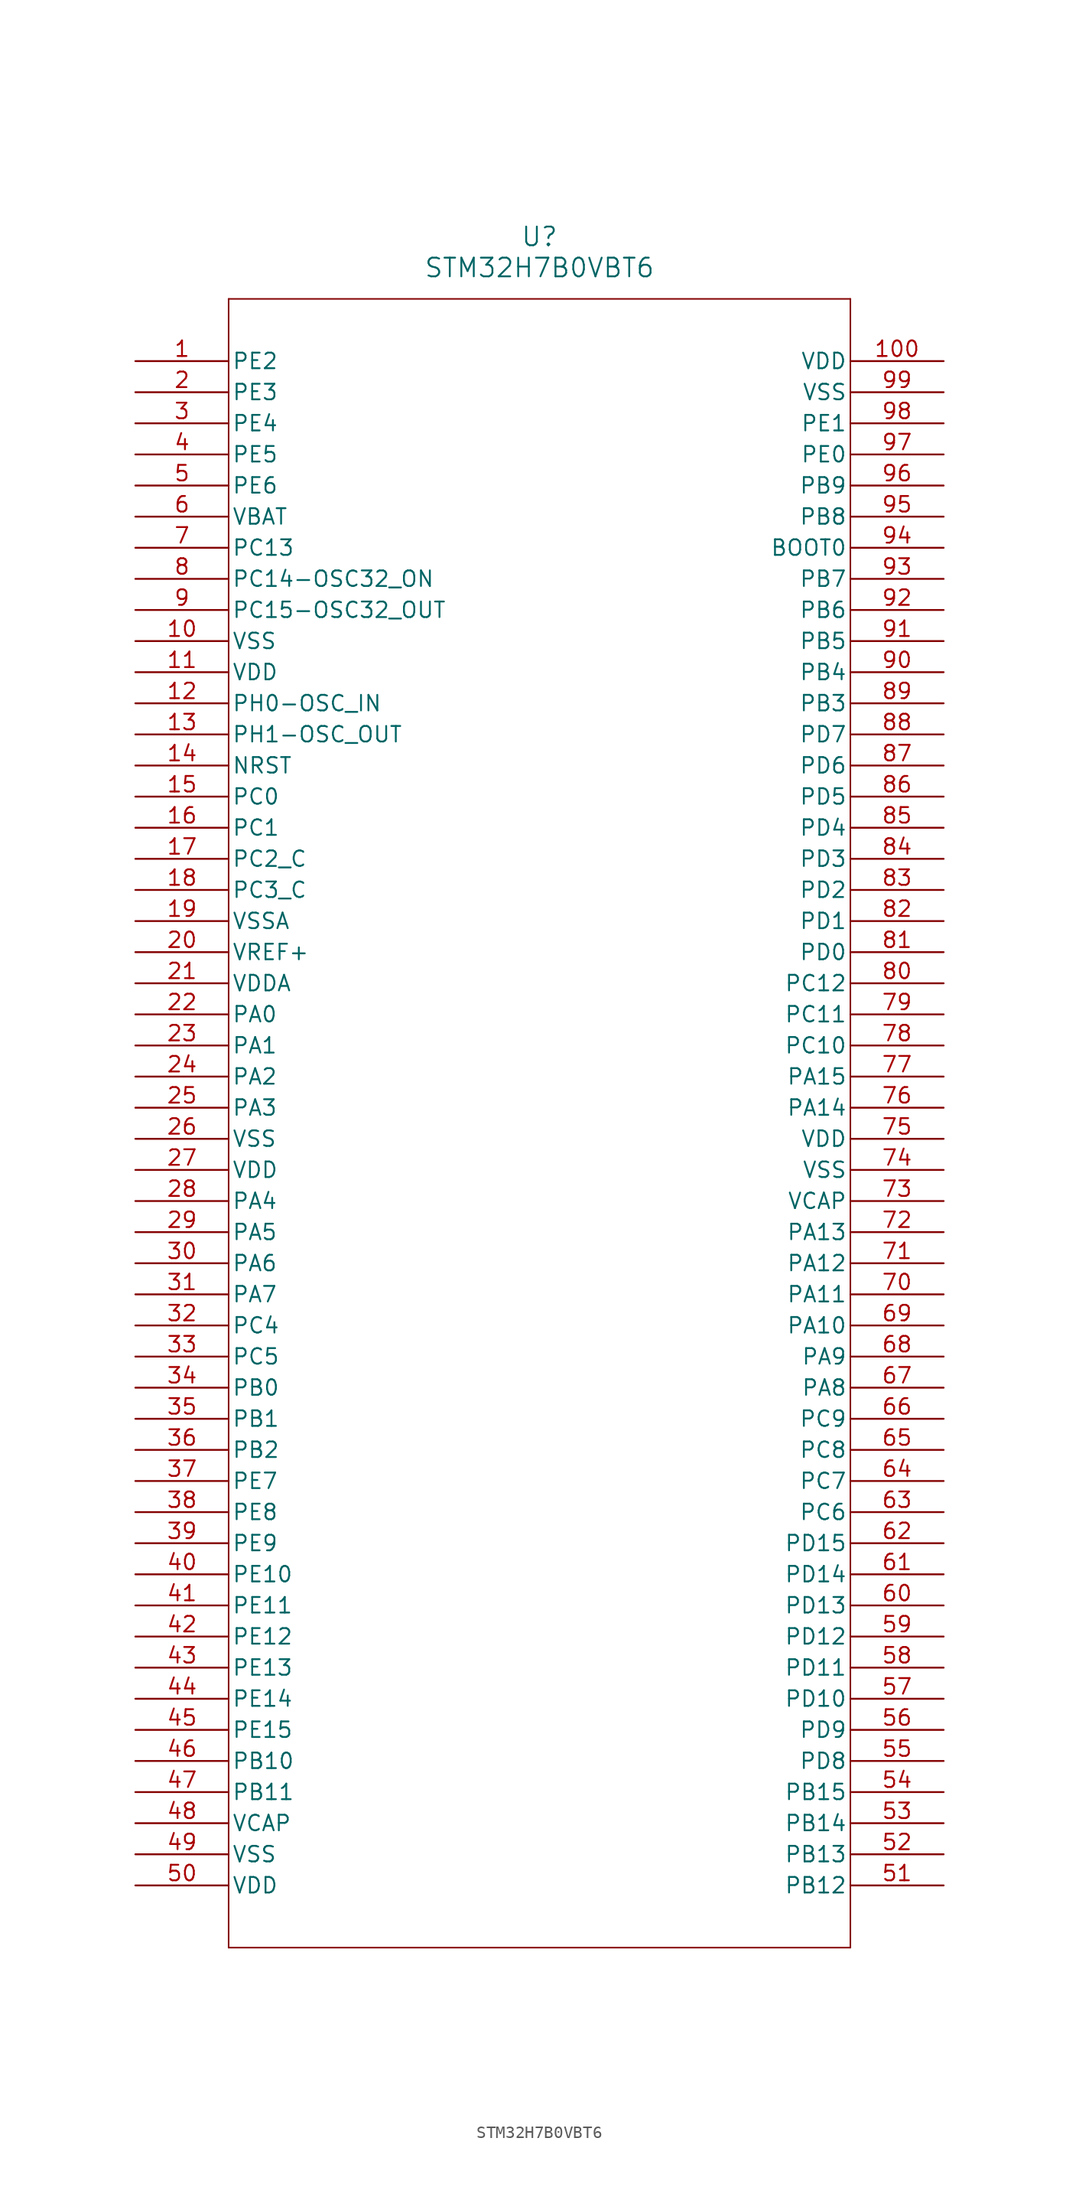
<source format=kicad_sym>
(kicad_symbol_lib
  (version 20211014)
  (generator kicad_symbol_editor)
  (symbol "STM32H7B0VBT6"
    (pin_names
      (offset 0.254))
    (property "Reference" "U"
      (at 33.02 10.16 0)
      (effects (font (size 1.524 1.524))))
    (property "Value" "STM32H7B0VBT6"
      (at 33.02 7.62 0)
      (effects (font (size 1.524 1.524))))
    (symbol "STM32H7B0VBT6_0_1"
      (polyline (pts (xy 7.62 5.08) (xy 7.62 -129.54)) (stroke (width 0.127) (type default) (color 0 0 0 0)) (fill (type none)))
      (polyline (pts (xy 7.62 -129.54) (xy 58.42 -129.54)) (stroke (width 0.127) (type default) (color 0 0 0 0)) (fill (type none)))
      (polyline (pts (xy 58.42 -129.54) (xy 58.42 5.08)) (stroke (width 0.127) (type default) (color 0 0 0 0)) (fill (type none)))
      (polyline (pts (xy 58.42 5.08) (xy 7.62 5.08)) (stroke (width 0.127) (type default) (color 0 0 0 0)) (fill (type none)))
      (pin bidirectional line (at 0 0 0) (length 7.62) (name "PE2" (effects (font (size 1.27 1.27)))) (number "1" (effects (font (size 1.27 1.27)))))
      (pin bidirectional line (at 0 -2.54 0) (length 7.62) (name "PE3" (effects (font (size 1.27 1.27)))) (number "2" (effects (font (size 1.27 1.27)))))
      (pin bidirectional line (at 0 -5.08 0) (length 7.62) (name "PE4" (effects (font (size 1.27 1.27)))) (number "3" (effects (font (size 1.27 1.27)))))
      (pin bidirectional line (at 0 -7.62 0) (length 7.62) (name "PE5" (effects (font (size 1.27 1.27)))) (number "4" (effects (font (size 1.27 1.27)))))
      (pin bidirectional line (at 0 -10.16 0) (length 7.62) (name "PE6" (effects (font (size 1.27 1.27)))) (number "5" (effects (font (size 1.27 1.27)))))
      (pin unspecified line (at 0 -12.7 0) (length 7.62) (name "VBAT" (effects (font (size 1.27 1.27)))) (number "6" (effects (font (size 1.27 1.27)))))
      (pin bidirectional line (at 0 -15.24 0) (length 7.62) (name "PC13" (effects (font (size 1.27 1.27)))) (number "7" (effects (font (size 1.27 1.27)))))
      (pin bidirectional line (at 0 -17.78 0) (length 7.62) (name "PC14-OSC32_ON" (effects (font (size 1.27 1.27)))) (number "8" (effects (font (size 1.27 1.27)))))
      (pin output line (at 0 -20.32 0) (length 7.62) (name "PC15-OSC32_OUT" (effects (font (size 1.27 1.27)))) (number "9" (effects (font (size 1.27 1.27)))))
      (pin power_out line (at 0 -22.86 0) (length 7.62) (name "VSS" (effects (font (size 1.27 1.27)))) (number "10" (effects (font (size 1.27 1.27)))))
      (pin power_in line (at 0 -25.4 0) (length 7.62) (name "VDD" (effects (font (size 1.27 1.27)))) (number "11" (effects (font (size 1.27 1.27)))))
      (pin bidirectional line (at 0 -27.94 0) (length 7.62) (name "PH0-OSC_IN" (effects (font (size 1.27 1.27)))) (number "12" (effects (font (size 1.27 1.27)))))
      (pin output line (at 0 -30.48 0) (length 7.62) (name "PH1-OSC_OUT" (effects (font (size 1.27 1.27)))) (number "13" (effects (font (size 1.27 1.27)))))
      (pin unspecified line (at 0 -33.02 0) (length 7.62) (name "NRST" (effects (font (size 1.27 1.27)))) (number "14" (effects (font (size 1.27 1.27)))))
      (pin bidirectional line (at 0 -35.56 0) (length 7.62) (name "PC0" (effects (font (size 1.27 1.27)))) (number "15" (effects (font (size 1.27 1.27)))))
      (pin bidirectional line (at 0 -38.1 0) (length 7.62) (name "PC1" (effects (font (size 1.27 1.27)))) (number "16" (effects (font (size 1.27 1.27)))))
      (pin bidirectional line (at 0 -40.64 0) (length 7.62) (name "PC2_C" (effects (font (size 1.27 1.27)))) (number "17" (effects (font (size 1.27 1.27)))))
      (pin bidirectional line (at 0 -43.18 0) (length 7.62) (name "PC3_C" (effects (font (size 1.27 1.27)))) (number "18" (effects (font (size 1.27 1.27)))))
      (pin power_out line (at 0 -45.72 0) (length 7.62) (name "VSSA" (effects (font (size 1.27 1.27)))) (number "19" (effects (font (size 1.27 1.27)))))
      (pin power_in line (at 0 -48.26 0) (length 7.62) (name "VREF+" (effects (font (size 1.27 1.27)))) (number "20" (effects (font (size 1.27 1.27)))))
      (pin power_in line (at 0 -50.8 0) (length 7.62) (name "VDDA" (effects (font (size 1.27 1.27)))) (number "21" (effects (font (size 1.27 1.27)))))
      (pin bidirectional line (at 0 -53.34 0) (length 7.62) (name "PA0" (effects (font (size 1.27 1.27)))) (number "22" (effects (font (size 1.27 1.27)))))
      (pin bidirectional line (at 0 -55.88 0) (length 7.62) (name "PA1" (effects (font (size 1.27 1.27)))) (number "23" (effects (font (size 1.27 1.27)))))
      (pin bidirectional line (at 0 -58.42 0) (length 7.62) (name "PA2" (effects (font (size 1.27 1.27)))) (number "24" (effects (font (size 1.27 1.27)))))
      (pin bidirectional line (at 0 -60.96 0) (length 7.62) (name "PA3" (effects (font (size 1.27 1.27)))) (number "25" (effects (font (size 1.27 1.27)))))
      (pin power_out line (at 0 -63.5 0) (length 7.62) (name "VSS" (effects (font (size 1.27 1.27)))) (number "26" (effects (font (size 1.27 1.27)))))
      (pin power_in line (at 0 -66.04 0) (length 7.62) (name "VDD" (effects (font (size 1.27 1.27)))) (number "27" (effects (font (size 1.27 1.27)))))
      (pin bidirectional line (at 0 -68.58 0) (length 7.62) (name "PA4" (effects (font (size 1.27 1.27)))) (number "28" (effects (font (size 1.27 1.27)))))
      (pin bidirectional line (at 0 -71.12 0) (length 7.62) (name "PA5" (effects (font (size 1.27 1.27)))) (number "29" (effects (font (size 1.27 1.27)))))
      (pin bidirectional line (at 0 -73.66 0) (length 7.62) (name "PA6" (effects (font (size 1.27 1.27)))) (number "30" (effects (font (size 1.27 1.27)))))
      (pin bidirectional line (at 0 -76.2 0) (length 7.62) (name "PA7" (effects (font (size 1.27 1.27)))) (number "31" (effects (font (size 1.27 1.27)))))
      (pin bidirectional line (at 0 -78.74 0) (length 7.62) (name "PC4" (effects (font (size 1.27 1.27)))) (number "32" (effects (font (size 1.27 1.27)))))
      (pin bidirectional line (at 0 -81.28 0) (length 7.62) (name "PC5" (effects (font (size 1.27 1.27)))) (number "33" (effects (font (size 1.27 1.27)))))
      (pin bidirectional line (at 0 -83.82 0) (length 7.62) (name "PB0" (effects (font (size 1.27 1.27)))) (number "34" (effects (font (size 1.27 1.27)))))
      (pin bidirectional line (at 0 -86.36 0) (length 7.62) (name "PB1" (effects (font (size 1.27 1.27)))) (number "35" (effects (font (size 1.27 1.27)))))
      (pin bidirectional line (at 0 -88.9 0) (length 7.62) (name "PB2" (effects (font (size 1.27 1.27)))) (number "36" (effects (font (size 1.27 1.27)))))
      (pin bidirectional line (at 0 -91.44 0) (length 7.62) (name "PE7" (effects (font (size 1.27 1.27)))) (number "37" (effects (font (size 1.27 1.27)))))
      (pin bidirectional line (at 0 -93.98 0) (length 7.62) (name "PE8" (effects (font (size 1.27 1.27)))) (number "38" (effects (font (size 1.27 1.27)))))
      (pin bidirectional line (at 0 -96.52 0) (length 7.62) (name "PE9" (effects (font (size 1.27 1.27)))) (number "39" (effects (font (size 1.27 1.27)))))
      (pin bidirectional line (at 0 -99.06 0) (length 7.62) (name "PE10" (effects (font (size 1.27 1.27)))) (number "40" (effects (font (size 1.27 1.27)))))
      (pin bidirectional line (at 0 -101.6 0) (length 7.62) (name "PE11" (effects (font (size 1.27 1.27)))) (number "41" (effects (font (size 1.27 1.27)))))
      (pin bidirectional line (at 0 -104.14 0) (length 7.62) (name "PE12" (effects (font (size 1.27 1.27)))) (number "42" (effects (font (size 1.27 1.27)))))
      (pin bidirectional line (at 0 -106.68 0) (length 7.62) (name "PE13" (effects (font (size 1.27 1.27)))) (number "43" (effects (font (size 1.27 1.27)))))
      (pin bidirectional line (at 0 -109.22 0) (length 7.62) (name "PE14" (effects (font (size 1.27 1.27)))) (number "44" (effects (font (size 1.27 1.27)))))
      (pin bidirectional line (at 0 -111.76 0) (length 7.62) (name "PE15" (effects (font (size 1.27 1.27)))) (number "45" (effects (font (size 1.27 1.27)))))
      (pin bidirectional line (at 0 -114.3 0) (length 7.62) (name "PB10" (effects (font (size 1.27 1.27)))) (number "46" (effects (font (size 1.27 1.27)))))
      (pin bidirectional line (at 0 -116.84 0) (length 7.62) (name "PB11" (effects (font (size 1.27 1.27)))) (number "47" (effects (font (size 1.27 1.27)))))
      (pin unspecified line (at 0 -119.38 0) (length 7.62) (name "VCAP" (effects (font (size 1.27 1.27)))) (number "48" (effects (font (size 1.27 1.27)))))
      (pin power_out line (at 0 -121.92 0) (length 7.62) (name "VSS" (effects (font (size 1.27 1.27)))) (number "49" (effects (font (size 1.27 1.27)))))
      (pin power_in line (at 0 -124.46 0) (length 7.62) (name "VDD" (effects (font (size 1.27 1.27)))) (number "50" (effects (font (size 1.27 1.27)))))
      (pin bidirectional line (at 66.04 -124.46 180) (length 7.62) (name "PB12" (effects (font (size 1.27 1.27)))) (number "51" (effects (font (size 1.27 1.27)))))
      (pin bidirectional line (at 66.04 -121.92 180) (length 7.62) (name "PB13" (effects (font (size 1.27 1.27)))) (number "52" (effects (font (size 1.27 1.27)))))
      (pin bidirectional line (at 66.04 -119.38 180) (length 7.62) (name "PB14" (effects (font (size 1.27 1.27)))) (number "53" (effects (font (size 1.27 1.27)))))
      (pin bidirectional line (at 66.04 -116.84 180) (length 7.62) (name "PB15" (effects (font (size 1.27 1.27)))) (number "54" (effects (font (size 1.27 1.27)))))
      (pin bidirectional line (at 66.04 -114.3 180) (length 7.62) (name "PD8" (effects (font (size 1.27 1.27)))) (number "55" (effects (font (size 1.27 1.27)))))
      (pin bidirectional line (at 66.04 -111.76 180) (length 7.62) (name "PD9" (effects (font (size 1.27 1.27)))) (number "56" (effects (font (size 1.27 1.27)))))
      (pin bidirectional line (at 66.04 -109.22 180) (length 7.62) (name "PD10" (effects (font (size 1.27 1.27)))) (number "57" (effects (font (size 1.27 1.27)))))
      (pin bidirectional line (at 66.04 -106.68 180) (length 7.62) (name "PD11" (effects (font (size 1.27 1.27)))) (number "58" (effects (font (size 1.27 1.27)))))
      (pin bidirectional line (at 66.04 -104.14 180) (length 7.62) (name "PD12" (effects (font (size 1.27 1.27)))) (number "59" (effects (font (size 1.27 1.27)))))
      (pin bidirectional line (at 66.04 -101.6 180) (length 7.62) (name "PD13" (effects (font (size 1.27 1.27)))) (number "60" (effects (font (size 1.27 1.27)))))
      (pin bidirectional line (at 66.04 -99.06 180) (length 7.62) (name "PD14" (effects (font (size 1.27 1.27)))) (number "61" (effects (font (size 1.27 1.27)))))
      (pin bidirectional line (at 66.04 -96.52 180) (length 7.62) (name "PD15" (effects (font (size 1.27 1.27)))) (number "62" (effects (font (size 1.27 1.27)))))
      (pin bidirectional line (at 66.04 -93.98 180) (length 7.62) (name "PC6" (effects (font (size 1.27 1.27)))) (number "63" (effects (font (size 1.27 1.27)))))
      (pin bidirectional line (at 66.04 -91.44 180) (length 7.62) (name "PC7" (effects (font (size 1.27 1.27)))) (number "64" (effects (font (size 1.27 1.27)))))
      (pin bidirectional line (at 66.04 -88.9 180) (length 7.62) (name "PC8" (effects (font (size 1.27 1.27)))) (number "65" (effects (font (size 1.27 1.27)))))
      (pin bidirectional line (at 66.04 -86.36 180) (length 7.62) (name "PC9" (effects (font (size 1.27 1.27)))) (number "66" (effects (font (size 1.27 1.27)))))
      (pin bidirectional line (at 66.04 -83.82 180) (length 7.62) (name "PA8" (effects (font (size 1.27 1.27)))) (number "67" (effects (font (size 1.27 1.27)))))
      (pin bidirectional line (at 66.04 -81.28 180) (length 7.62) (name "PA9" (effects (font (size 1.27 1.27)))) (number "68" (effects (font (size 1.27 1.27)))))
      (pin bidirectional line (at 66.04 -78.74 180) (length 7.62) (name "PA10" (effects (font (size 1.27 1.27)))) (number "69" (effects (font (size 1.27 1.27)))))
      (pin bidirectional line (at 66.04 -76.2 180) (length 7.62) (name "PA11" (effects (font (size 1.27 1.27)))) (number "70" (effects (font (size 1.27 1.27)))))
      (pin bidirectional line (at 66.04 -73.66 180) (length 7.62) (name "PA12" (effects (font (size 1.27 1.27)))) (number "71" (effects (font (size 1.27 1.27)))))
      (pin bidirectional line (at 66.04 -71.12 180) (length 7.62) (name "PA13" (effects (font (size 1.27 1.27)))) (number "72" (effects (font (size 1.27 1.27)))))
      (pin unspecified line (at 66.04 -68.58 180) (length 7.62) (name "VCAP" (effects (font (size 1.27 1.27)))) (number "73" (effects (font (size 1.27 1.27)))))
      (pin power_out line (at 66.04 -66.04 180) (length 7.62) (name "VSS" (effects (font (size 1.27 1.27)))) (number "74" (effects (font (size 1.27 1.27)))))
      (pin power_in line (at 66.04 -63.5 180) (length 7.62) (name "VDD" (effects (font (size 1.27 1.27)))) (number "75" (effects (font (size 1.27 1.27)))))
      (pin bidirectional line (at 66.04 -60.96 180) (length 7.62) (name "PA14" (effects (font (size 1.27 1.27)))) (number "76" (effects (font (size 1.27 1.27)))))
      (pin bidirectional line (at 66.04 -58.42 180) (length 7.62) (name "PA15" (effects (font (size 1.27 1.27)))) (number "77" (effects (font (size 1.27 1.27)))))
      (pin bidirectional line (at 66.04 -55.88 180) (length 7.62) (name "PC10" (effects (font (size 1.27 1.27)))) (number "78" (effects (font (size 1.27 1.27)))))
      (pin bidirectional line (at 66.04 -53.34 180) (length 7.62) (name "PC11" (effects (font (size 1.27 1.27)))) (number "79" (effects (font (size 1.27 1.27)))))
      (pin bidirectional line (at 66.04 -50.8 180) (length 7.62) (name "PC12" (effects (font (size 1.27 1.27)))) (number "80" (effects (font (size 1.27 1.27)))))
      (pin bidirectional line (at 66.04 -48.26 180) (length 7.62) (name "PD0" (effects (font (size 1.27 1.27)))) (number "81" (effects (font (size 1.27 1.27)))))
      (pin bidirectional line (at 66.04 -45.72 180) (length 7.62) (name "PD1" (effects (font (size 1.27 1.27)))) (number "82" (effects (font (size 1.27 1.27)))))
      (pin bidirectional line (at 66.04 -43.18 180) (length 7.62) (name "PD2" (effects (font (size 1.27 1.27)))) (number "83" (effects (font (size 1.27 1.27)))))
      (pin bidirectional line (at 66.04 -40.64 180) (length 7.62) (name "PD3" (effects (font (size 1.27 1.27)))) (number "84" (effects (font (size 1.27 1.27)))))
      (pin bidirectional line (at 66.04 -38.1 180) (length 7.62) (name "PD4" (effects (font (size 1.27 1.27)))) (number "85" (effects (font (size 1.27 1.27)))))
      (pin bidirectional line (at 66.04 -35.56 180) (length 7.62) (name "PD5" (effects (font (size 1.27 1.27)))) (number "86" (effects (font (size 1.27 1.27)))))
      (pin bidirectional line (at 66.04 -33.02 180) (length 7.62) (name "PD6" (effects (font (size 1.27 1.27)))) (number "87" (effects (font (size 1.27 1.27)))))
      (pin bidirectional line (at 66.04 -30.48 180) (length 7.62) (name "PD7" (effects (font (size 1.27 1.27)))) (number "88" (effects (font (size 1.27 1.27)))))
      (pin bidirectional line (at 66.04 -27.94 180) (length 7.62) (name "PB3" (effects (font (size 1.27 1.27)))) (number "89" (effects (font (size 1.27 1.27)))))
      (pin bidirectional line (at 66.04 -25.4 180) (length 7.62) (name "PB4" (effects (font (size 1.27 1.27)))) (number "90" (effects (font (size 1.27 1.27)))))
      (pin bidirectional line (at 66.04 -22.86 180) (length 7.62) (name "PB5" (effects (font (size 1.27 1.27)))) (number "91" (effects (font (size 1.27 1.27)))))
      (pin bidirectional line (at 66.04 -20.32 180) (length 7.62) (name "PB6" (effects (font (size 1.27 1.27)))) (number "92" (effects (font (size 1.27 1.27)))))
      (pin bidirectional line (at 66.04 -17.78 180) (length 7.62) (name "PB7" (effects (font (size 1.27 1.27)))) (number "93" (effects (font (size 1.27 1.27)))))
      (pin unspecified line (at 66.04 -15.24 180) (length 7.62) (name "BOOT0" (effects (font (size 1.27 1.27)))) (number "94" (effects (font (size 1.27 1.27)))))
      (pin bidirectional line (at 66.04 -12.7 180) (length 7.62) (name "PB8" (effects (font (size 1.27 1.27)))) (number "95" (effects (font (size 1.27 1.27)))))
      (pin bidirectional line (at 66.04 -10.16 180) (length 7.62) (name "PB9" (effects (font (size 1.27 1.27)))) (number "96" (effects (font (size 1.27 1.27)))))
      (pin bidirectional line (at 66.04 -7.62 180) (length 7.62) (name "PE0" (effects (font (size 1.27 1.27)))) (number "97" (effects (font (size 1.27 1.27)))))
      (pin bidirectional line (at 66.04 -5.08 180) (length 7.62) (name "PE1" (effects (font (size 1.27 1.27)))) (number "98" (effects (font (size 1.27 1.27)))))
      (pin power_out line (at 66.04 -2.54 180) (length 7.62) (name "VSS" (effects (font (size 1.27 1.27)))) (number "99" (effects (font (size 1.27 1.27)))))
      (pin power_in line (at 66.04 0 180) (length 7.62) (name "VDD" (effects (font (size 1.27 1.27)))) (number "100" (effects (font (size 1.27 1.27))))))))
</source>
